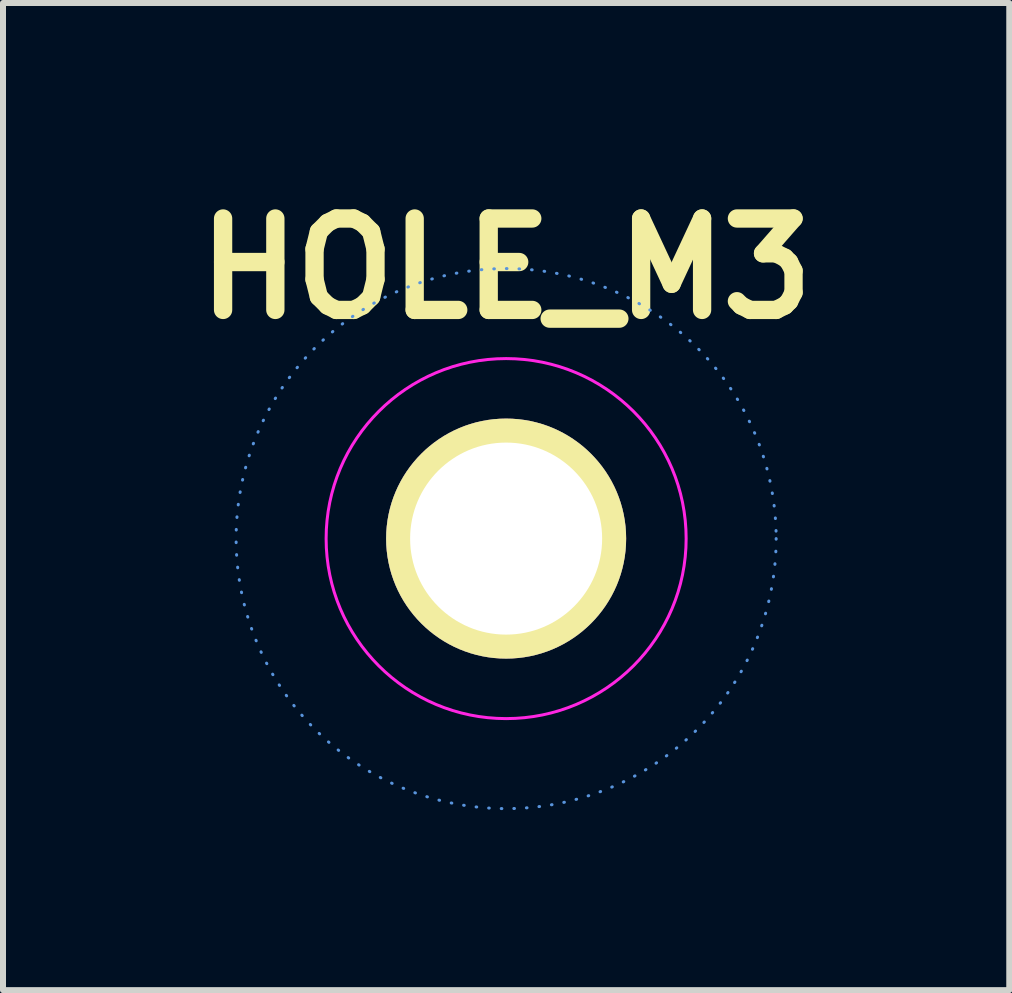
<source format=kicad_pcb>
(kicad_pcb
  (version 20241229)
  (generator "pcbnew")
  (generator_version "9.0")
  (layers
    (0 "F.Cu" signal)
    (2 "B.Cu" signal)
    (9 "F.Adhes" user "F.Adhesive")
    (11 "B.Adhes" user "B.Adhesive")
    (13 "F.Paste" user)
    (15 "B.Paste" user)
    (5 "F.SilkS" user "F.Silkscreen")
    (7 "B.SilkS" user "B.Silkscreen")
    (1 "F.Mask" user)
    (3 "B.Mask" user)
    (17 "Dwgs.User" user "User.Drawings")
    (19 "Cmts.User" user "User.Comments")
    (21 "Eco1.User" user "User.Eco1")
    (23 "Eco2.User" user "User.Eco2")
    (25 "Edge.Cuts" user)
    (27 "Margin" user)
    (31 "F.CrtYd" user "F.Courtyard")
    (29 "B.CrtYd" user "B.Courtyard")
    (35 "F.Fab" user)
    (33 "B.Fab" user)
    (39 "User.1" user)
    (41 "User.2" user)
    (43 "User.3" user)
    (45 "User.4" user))
  (footprint "HOLE_M3"
    (layer "F.Cu")
    (at 5.385 5.926)
    (property "Reference" "HOLE_M3" (at 0 -4.5 0) (layer "F.SilkS") (effects (font (size 1.524 1.524) (thickness 0.305))))
    (attr through_hole)
    (fp_circle (center 0 0) (end 4.5 0) (stroke (width 0.05) (type dot)) (fill no) (layer "Cmts.User"))
    (fp_circle (center 0 0) (end 3 0) (stroke (width 0.05) (type default)) (fill no) (layer "F.CrtYd"))
    (pad "1" thru_hole circle (at 0 0) (size 4 4) (drill 3.2) (layers "*.Cu" "*.Mask" "F.SilkS")))
  (gr_rect
    (start -3 -3)
    (end 13.77 13.451)
    (stroke (width 0.1) (type default))
    (fill no)
    (layer "Edge.Cuts")))
</source>
